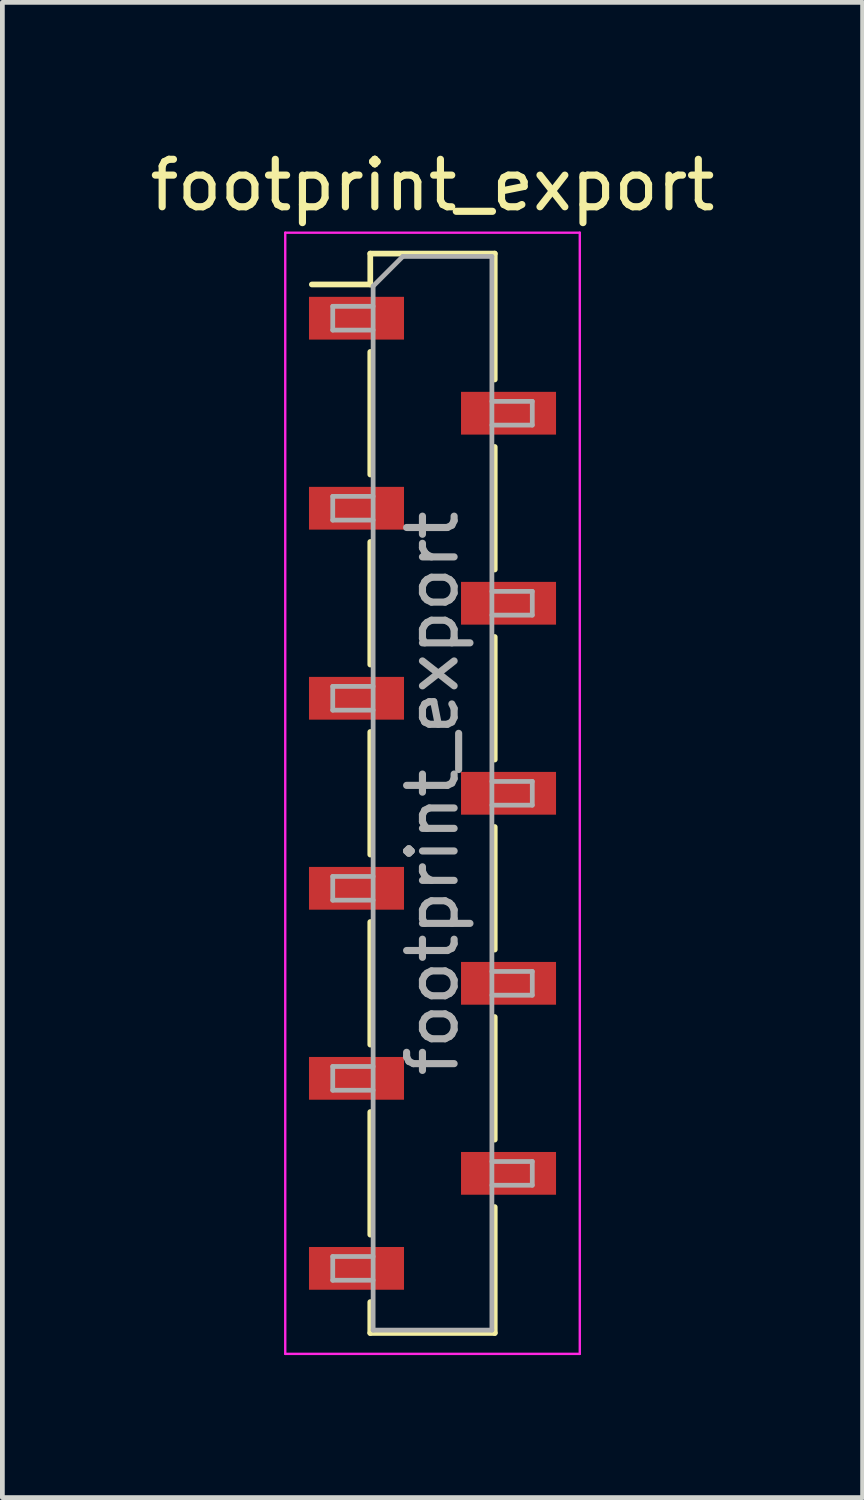
<source format=kicad_pcb>
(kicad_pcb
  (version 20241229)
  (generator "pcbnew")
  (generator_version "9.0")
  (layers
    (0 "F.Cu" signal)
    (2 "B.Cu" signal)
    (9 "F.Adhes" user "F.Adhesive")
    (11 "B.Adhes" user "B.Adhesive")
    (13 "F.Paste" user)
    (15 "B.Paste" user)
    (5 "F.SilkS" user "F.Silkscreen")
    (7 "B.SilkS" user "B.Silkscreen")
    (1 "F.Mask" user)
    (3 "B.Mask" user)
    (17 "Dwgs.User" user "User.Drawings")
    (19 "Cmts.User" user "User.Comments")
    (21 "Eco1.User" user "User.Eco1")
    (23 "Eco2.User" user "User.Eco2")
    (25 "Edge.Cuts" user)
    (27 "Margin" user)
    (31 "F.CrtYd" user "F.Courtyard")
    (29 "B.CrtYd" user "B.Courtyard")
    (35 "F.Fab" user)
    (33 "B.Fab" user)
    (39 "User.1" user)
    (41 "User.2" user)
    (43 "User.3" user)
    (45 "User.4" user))
  (footprint "footprint_export"
    (layer "F.Cu")
    (at 6.054 13.648)
    (property "Reference" "footprint_export" (at 0 -12.8 0) (layer "F.SilkS") (effects (font (size 1 1) (thickness 0.15))))
    (attr smd)
    (fp_line (start -2.54 -10.71) (end -1.31 -10.71) (stroke (width 0.12) (type solid)) (layer "F.SilkS"))
    (fp_line (start -1.31 -11.36) (end -1.31 -10.71) (stroke (width 0.12) (type solid)) (layer "F.SilkS"))
    (fp_line (start -1.31 -11.36) (end 1.31 -11.36) (stroke (width 0.12) (type solid)) (layer "F.SilkS"))
    (fp_line (start -1.31 -9.29) (end -1.31 -6.71) (stroke (width 0.12) (type solid)) (layer "F.SilkS"))
    (fp_line (start -1.31 -5.29) (end -1.31 -2.71) (stroke (width 0.12) (type solid)) (layer "F.SilkS"))
    (fp_line (start -1.31 -1.29) (end -1.31 1.29) (stroke (width 0.12) (type solid)) (layer "F.SilkS"))
    (fp_line (start -1.31 2.71) (end -1.31 5.29) (stroke (width 0.12) (type solid)) (layer "F.SilkS"))
    (fp_line (start -1.31 6.71) (end -1.31 9.29) (stroke (width 0.12) (type solid)) (layer "F.SilkS"))
    (fp_line (start -1.31 10.71) (end -1.31 11.36) (stroke (width 0.12) (type solid)) (layer "F.SilkS"))
    (fp_line (start -1.31 11.36) (end 1.31 11.36) (stroke (width 0.12) (type solid)) (layer "F.SilkS"))
    (fp_line (start 1.31 -11.36) (end 1.31 -8.71) (stroke (width 0.12) (type solid)) (layer "F.SilkS"))
    (fp_line (start 1.31 -7.29) (end 1.31 -4.71) (stroke (width 0.12) (type solid)) (layer "F.SilkS"))
    (fp_line (start 1.31 -3.29) (end 1.31 -0.71) (stroke (width 0.12) (type solid)) (layer "F.SilkS"))
    (fp_line (start 1.31 0.71) (end 1.31 3.29) (stroke (width 0.12) (type solid)) (layer "F.SilkS"))
    (fp_line (start 1.31 4.71) (end 1.31 7.29) (stroke (width 0.12) (type solid)) (layer "F.SilkS"))
    (fp_line (start 1.31 8.71) (end 1.31 11.36) (stroke (width 0.12) (type solid)) (layer "F.SilkS"))
    (fp_line (start -3.1 -11.8) (end 3.1 -11.8) (stroke (width 0.05) (type solid)) (layer "F.CrtYd"))
    (fp_line (start -3.1 11.8) (end -3.1 -11.8) (stroke (width 0.05) (type solid)) (layer "F.CrtYd"))
    (fp_line (start 3.1 -11.8) (end 3.1 11.8) (stroke (width 0.05) (type solid)) (layer "F.CrtYd"))
    (fp_line (start 3.1 11.8) (end -3.1 11.8) (stroke (width 0.05) (type solid)) (layer "F.CrtYd"))
    (fp_line (start -2.1 -10.25) (end -1.25 -10.25) (stroke (width 0.1) (type solid)) (layer "F.Fab"))
    (fp_line (start -2.1 -9.75) (end -2.1 -10.25) (stroke (width 0.1) (type solid)) (layer "F.Fab"))
    (fp_line (start -2.1 -6.25) (end -1.25 -6.25) (stroke (width 0.1) (type solid)) (layer "F.Fab"))
    (fp_line (start -2.1 -5.75) (end -2.1 -6.25) (stroke (width 0.1) (type solid)) (layer "F.Fab"))
    (fp_line (start -2.1 -2.25) (end -1.25 -2.25) (stroke (width 0.1) (type solid)) (layer "F.Fab"))
    (fp_line (start -2.1 -1.75) (end -2.1 -2.25) (stroke (width 0.1) (type solid)) (layer "F.Fab"))
    (fp_line (start -2.1 1.75) (end -1.25 1.75) (stroke (width 0.1) (type solid)) (layer "F.Fab"))
    (fp_line (start -2.1 2.25) (end -2.1 1.75) (stroke (width 0.1) (type solid)) (layer "F.Fab"))
    (fp_line (start -2.1 5.75) (end -1.25 5.75) (stroke (width 0.1) (type solid)) (layer "F.Fab"))
    (fp_line (start -2.1 6.25) (end -2.1 5.75) (stroke (width 0.1) (type solid)) (layer "F.Fab"))
    (fp_line (start -2.1 9.75) (end -1.25 9.75) (stroke (width 0.1) (type solid)) (layer "F.Fab"))
    (fp_line (start -2.1 10.25) (end -2.1 9.75) (stroke (width 0.1) (type solid)) (layer "F.Fab"))
    (fp_line (start -1.25 -10.675) (end -0.625 -11.3) (stroke (width 0.1) (type solid)) (layer "F.Fab"))
    (fp_line (start -1.25 -9.75) (end -2.1 -9.75) (stroke (width 0.1) (type solid)) (layer "F.Fab"))
    (fp_line (start -1.25 -5.75) (end -2.1 -5.75) (stroke (width 0.1) (type solid)) (layer "F.Fab"))
    (fp_line (start -1.25 -1.75) (end -2.1 -1.75) (stroke (width 0.1) (type solid)) (layer "F.Fab"))
    (fp_line (start -1.25 2.25) (end -2.1 2.25) (stroke (width 0.1) (type solid)) (layer "F.Fab"))
    (fp_line (start -1.25 6.25) (end -2.1 6.25) (stroke (width 0.1) (type solid)) (layer "F.Fab"))
    (fp_line (start -1.25 10.25) (end -2.1 10.25) (stroke (width 0.1) (type solid)) (layer "F.Fab"))
    (fp_line (start -1.25 11.3) (end -1.25 -10.675) (stroke (width 0.1) (type solid)) (layer "F.Fab"))
    (fp_line (start -0.625 -11.3) (end 1.25 -11.3) (stroke (width 0.1) (type solid)) (layer "F.Fab"))
    (fp_line (start 1.25 -11.3) (end 1.25 11.3) (stroke (width 0.1) (type solid)) (layer "F.Fab"))
    (fp_line (start 1.25 -8.25) (end 2.1 -8.25) (stroke (width 0.1) (type solid)) (layer "F.Fab"))
    (fp_line (start 1.25 -4.25) (end 2.1 -4.25) (stroke (width 0.1) (type solid)) (layer "F.Fab"))
    (fp_line (start 1.25 -0.25) (end 2.1 -0.25) (stroke (width 0.1) (type solid)) (layer "F.Fab"))
    (fp_line (start 1.25 3.75) (end 2.1 3.75) (stroke (width 0.1) (type solid)) (layer "F.Fab"))
    (fp_line (start 1.25 7.75) (end 2.1 7.75) (stroke (width 0.1) (type solid)) (layer "F.Fab"))
    (fp_line (start 1.25 11.3) (end -1.25 11.3) (stroke (width 0.1) (type solid)) (layer "F.Fab"))
    (fp_line (start 2.1 -8.25) (end 2.1 -7.75) (stroke (width 0.1) (type solid)) (layer "F.Fab"))
    (fp_line (start 2.1 -7.75) (end 1.25 -7.75) (stroke (width 0.1) (type solid)) (layer "F.Fab"))
    (fp_line (start 2.1 -4.25) (end 2.1 -3.75) (stroke (width 0.1) (type solid)) (layer "F.Fab"))
    (fp_line (start 2.1 -3.75) (end 1.25 -3.75) (stroke (width 0.1) (type solid)) (layer "F.Fab"))
    (fp_line (start 2.1 -0.25) (end 2.1 0.25) (stroke (width 0.1) (type solid)) (layer "F.Fab"))
    (fp_line (start 2.1 0.25) (end 1.25 0.25) (stroke (width 0.1) (type solid)) (layer "F.Fab"))
    (fp_line (start 2.1 3.75) (end 2.1 4.25) (stroke (width 0.1) (type solid)) (layer "F.Fab"))
    (fp_line (start 2.1 4.25) (end 1.25 4.25) (stroke (width 0.1) (type solid)) (layer "F.Fab"))
    (fp_line (start 2.1 7.75) (end 2.1 8.25) (stroke (width 0.1) (type solid)) (layer "F.Fab"))
    (fp_line (start 2.1 8.25) (end 1.25 8.25) (stroke (width 0.1) (type solid)) (layer "F.Fab"))
    (fp_text user "${REFERENCE}" (at 0 0 90) (layer "F.Fab") (effects (font (size 1 1) (thickness 0.15))))
    (pad "1" smd rect (at -1.6 -10) (size 2 0.9) (layers "F.Cu" "F.Mask" "F.Paste"))
    (pad "2" smd rect (at 1.6 -8) (size 2 0.9) (layers "F.Cu" "F.Mask" "F.Paste"))
    (pad "3" smd rect (at -1.6 -6) (size 2 0.9) (layers "F.Cu" "F.Mask" "F.Paste"))
    (pad "4" smd rect (at 1.6 -4) (size 2 0.9) (layers "F.Cu" "F.Mask" "F.Paste"))
    (pad "5" smd rect (at -1.6 -2) (size 2 0.9) (layers "F.Cu" "F.Mask" "F.Paste"))
    (pad "6" smd rect (at 1.6 0) (size 2 0.9) (layers "F.Cu" "F.Mask" "F.Paste"))
    (pad "7" smd rect (at -1.6 2) (size 2 0.9) (layers "F.Cu" "F.Mask" "F.Paste"))
    (pad "8" smd rect (at 1.6 4) (size 2 0.9) (layers "F.Cu" "F.Mask" "F.Paste"))
    (pad "9" smd rect (at -1.6 6) (size 2 0.9) (layers "F.Cu" "F.Mask" "F.Paste"))
    (pad "10" smd rect (at 1.6 8) (size 2 0.9) (layers "F.Cu" "F.Mask" "F.Paste"))
    (pad "11" smd rect (at -1.6 10) (size 2 0.9) (layers "F.Cu" "F.Mask" "F.Paste")))
  (gr_rect
    (start -3 -3)
    (end 15.107 28.473)
    (stroke (width 0.1) (type default))
    (fill no)
    (layer "Edge.Cuts")))
</source>
